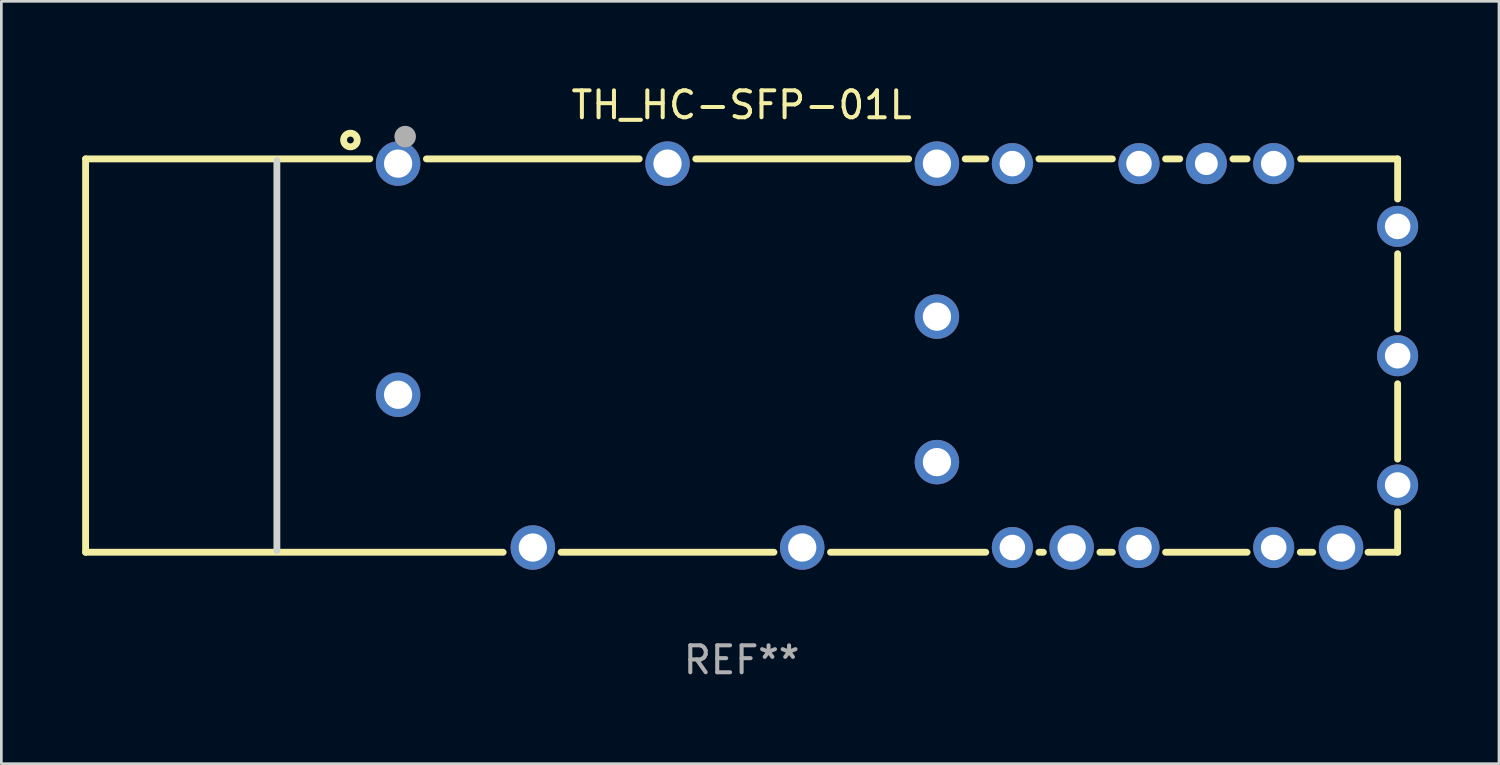
<source format=kicad_pcb>
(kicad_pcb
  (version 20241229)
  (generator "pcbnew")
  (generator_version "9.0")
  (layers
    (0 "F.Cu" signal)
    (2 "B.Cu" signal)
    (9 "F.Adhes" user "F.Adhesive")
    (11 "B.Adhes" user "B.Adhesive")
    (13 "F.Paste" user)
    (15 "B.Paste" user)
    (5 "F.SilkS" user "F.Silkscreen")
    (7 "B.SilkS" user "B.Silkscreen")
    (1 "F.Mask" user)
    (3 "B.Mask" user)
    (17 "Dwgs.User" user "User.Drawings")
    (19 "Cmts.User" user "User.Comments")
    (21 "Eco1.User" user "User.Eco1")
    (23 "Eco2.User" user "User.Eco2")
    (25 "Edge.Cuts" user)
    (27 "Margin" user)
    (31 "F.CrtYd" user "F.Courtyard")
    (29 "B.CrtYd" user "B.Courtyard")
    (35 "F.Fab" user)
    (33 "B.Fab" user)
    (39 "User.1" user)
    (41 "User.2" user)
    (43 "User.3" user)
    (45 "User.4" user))
  (footprint "TH_HC-SFP-01L"
    (layer "F.Cu")
    (at 30.277 10.148)
    (property "Reference" "TH_HC-SFP-01L" (at -5.8 -9.3 0) (layer "F.SilkS") (effects (font (size 1 1) (thickness 0.15))))
    (attr through_hole)
    (fp_line (start -30.15 -7.3) (end -19.6 -7.3) (stroke (width 0.254) (type solid)) (layer "F.SilkS"))
    (fp_line (start -30.15 7.3) (end -30.15 -7.3) (stroke (width 0.254) (type solid)) (layer "F.SilkS"))
    (fp_line (start -30.15 7.3) (end -14.65 7.3) (stroke (width 0.254) (type solid)) (layer "F.SilkS"))
    (fp_line (start -17.5 -7.3) (end -9.6 -7.3) (stroke (width 0.254) (type solid)) (layer "F.SilkS"))
    (fp_line (start -7.5 -7.3) (end 0.4 -7.3) (stroke (width 0.254) (type solid)) (layer "F.SilkS"))
    (fp_line (start -4.6 7.3) (end -12.5 7.3) (stroke (width 0.254) (type solid)) (layer "F.SilkS"))
    (fp_line (start 2.5 -7.3) (end 3.263 -7.3) (stroke (width 0.254) (type solid)) (layer "F.SilkS"))
    (fp_line (start 3.263 7.3) (end -2.5 7.3) (stroke (width 0.254) (type solid)) (layer "F.SilkS"))
    (fp_line (start 5.237 -7.3) (end 7.963 -7.3) (stroke (width 0.254) (type solid)) (layer "F.SilkS"))
    (fp_line (start 5.4 7.3) (end 5.237 7.3) (stroke (width 0.254) (type solid)) (layer "F.SilkS"))
    (fp_line (start 7.963 7.3) (end 7.5 7.3) (stroke (width 0.254) (type solid)) (layer "F.SilkS"))
    (fp_line (start 9.937 -7.3) (end 10.463 -7.3) (stroke (width 0.254) (type solid)) (layer "F.SilkS"))
    (fp_line (start 12.437 -7.3) (end 12.963 -7.3) (stroke (width 0.254) (type solid)) (layer "F.SilkS"))
    (fp_line (start 12.963 7.3) (end 9.937 7.3) (stroke (width 0.254) (type solid)) (layer "F.SilkS"))
    (fp_line (start 15.4 7.3) (end 14.937 7.3) (stroke (width 0.254) (type solid)) (layer "F.SilkS"))
    (fp_line (start 18.55 -7.3) (end 14.95 -7.3) (stroke (width 0.254) (type solid)) (layer "F.SilkS"))
    (fp_line (start 18.55 -7.3) (end 18.55 -5.811) (stroke (width 0.254) (type solid)) (layer "F.SilkS"))
    (fp_line (start 18.55 -3.779) (end 18.55 -0.985) (stroke (width 0.254) (type solid)) (layer "F.SilkS"))
    (fp_line (start 18.55 1.047) (end 18.55 3.841) (stroke (width 0.254) (type solid)) (layer "F.SilkS"))
    (fp_line (start 18.55 5.8) (end 18.55 7.3) (stroke (width 0.254) (type solid)) (layer "F.SilkS"))
    (fp_line (start 18.55 7.3) (end 17.45 7.3) (stroke (width 0.254) (type solid)) (layer "F.SilkS"))
    (fp_circle (center -23.05 -7.3) (end -23.02 -7.3) (stroke (width 0.06) (type solid)) (fill no) (layer "F.SilkS"))
    (fp_circle (center -20.32 -8.001) (end -20.066 -8.001) (stroke (width 0.254) (type solid)) (fill no) (layer "F.SilkS"))
    (fp_line (start -23.05 -7.239) (end -23.05 7.239) (stroke (width 0.254) (type solid)) (layer "Edge.Cuts"))
    (fp_circle (center -18.288 -8.128) (end -18.088 -8.128) (stroke (width 0.4) (type solid)) (fill no) (layer "F.Fab"))
    (fp_text user "REF**" (at -5.8 11.3 0) (layer "F.Fab") (effects (font (size 1 1) (thickness 0.15))))
    (pad "1" thru_hole circle (at -18.55 -7.125) (size 1.65 1.65) (drill 1.05) (layers "*.Cu" "*.Mask"))
    (pad "2" thru_hole circle (at -8.55 -7.125) (size 1.65 1.65) (drill 1.05) (layers "*.Cu" "*.Mask"))
    (pad "3" thru_hole circle (at 1.45 -7.125) (size 1.65 1.65) (drill 1.05) (layers "*.Cu" "*.Mask"))
    (pad "4" thru_hole circle (at 4.25 -7.125) (size 1.524 1.524) (drill 0.95) (layers "*.Cu" "*.Mask"))
    (pad "5" thru_hole circle (at 8.95 -7.125) (size 1.524 1.524) (drill 0.95) (layers "*.Cu" "*.Mask"))
    (pad "6" thru_hole circle (at 11.45 -7.125) (size 1.524 1.524) (drill 0.85) (layers "*.Cu" "*.Mask"))
    (pad "7" thru_hole circle (at 13.95 -7.125) (size 1.524 1.524) (drill 0.95) (layers "*.Cu" "*.Mask"))
    (pad "8" thru_hole circle (at 18.55 -4.795) (size 1.524 1.524) (drill 0.95) (layers "*.Cu" "*.Mask"))
    (pad "9" thru_hole circle (at 18.55 0.005) (size 1.524 1.524) (drill 0.95) (layers "*.Cu" "*.Mask"))
    (pad "10" thru_hole circle (at 18.55 4.805) (size 1.524 1.524) (drill 0.95) (layers "*.Cu" "*.Mask"))
    (pad "11" thru_hole circle (at 16.45 7.125) (size 1.65 1.65) (drill 1.05) (layers "*.Cu" "*.Mask"))
    (pad "12" thru_hole circle (at 13.95 7.125) (size 1.524 1.524) (drill 0.95) (layers "*.Cu" "*.Mask"))
    (pad "13" thru_hole circle (at 8.95 7.125) (size 1.524 1.524) (drill 0.95) (layers "*.Cu" "*.Mask"))
    (pad "14" thru_hole circle (at 6.45 7.125) (size 1.65 1.65) (drill 1.05) (layers "*.Cu" "*.Mask"))
    (pad "15" thru_hole circle (at 4.25 7.125) (size 1.524 1.524) (drill 0.95) (layers "*.Cu" "*.Mask"))
    (pad "16" thru_hole circle (at -3.55 7.125) (size 1.65 1.65) (drill 1.05) (layers "*.Cu" "*.Mask"))
    (pad "17" thru_hole circle (at -13.55 7.125) (size 1.65 1.65) (drill 1.05) (layers "*.Cu" "*.Mask"))
    (pad "18" thru_hole circle (at -18.55 1.455) (size 1.65 1.65) (drill 1.05) (layers "*.Cu" "*.Mask"))
    (pad "19" thru_hole circle (at 1.45 3.955) (size 1.65 1.65) (drill 1.05) (layers "*.Cu" "*.Mask"))
    (pad "20" thru_hole circle (at 1.45 -1.445) (size 1.65 1.65) (drill 1.05) (layers "*.Cu" "*.Mask")))
  (gr_rect
    (start -3 -3)
    (end 52.589 25.297)
    (stroke (width 0.1) (type default))
    (fill no)
    (layer "Edge.Cuts")))
</source>
